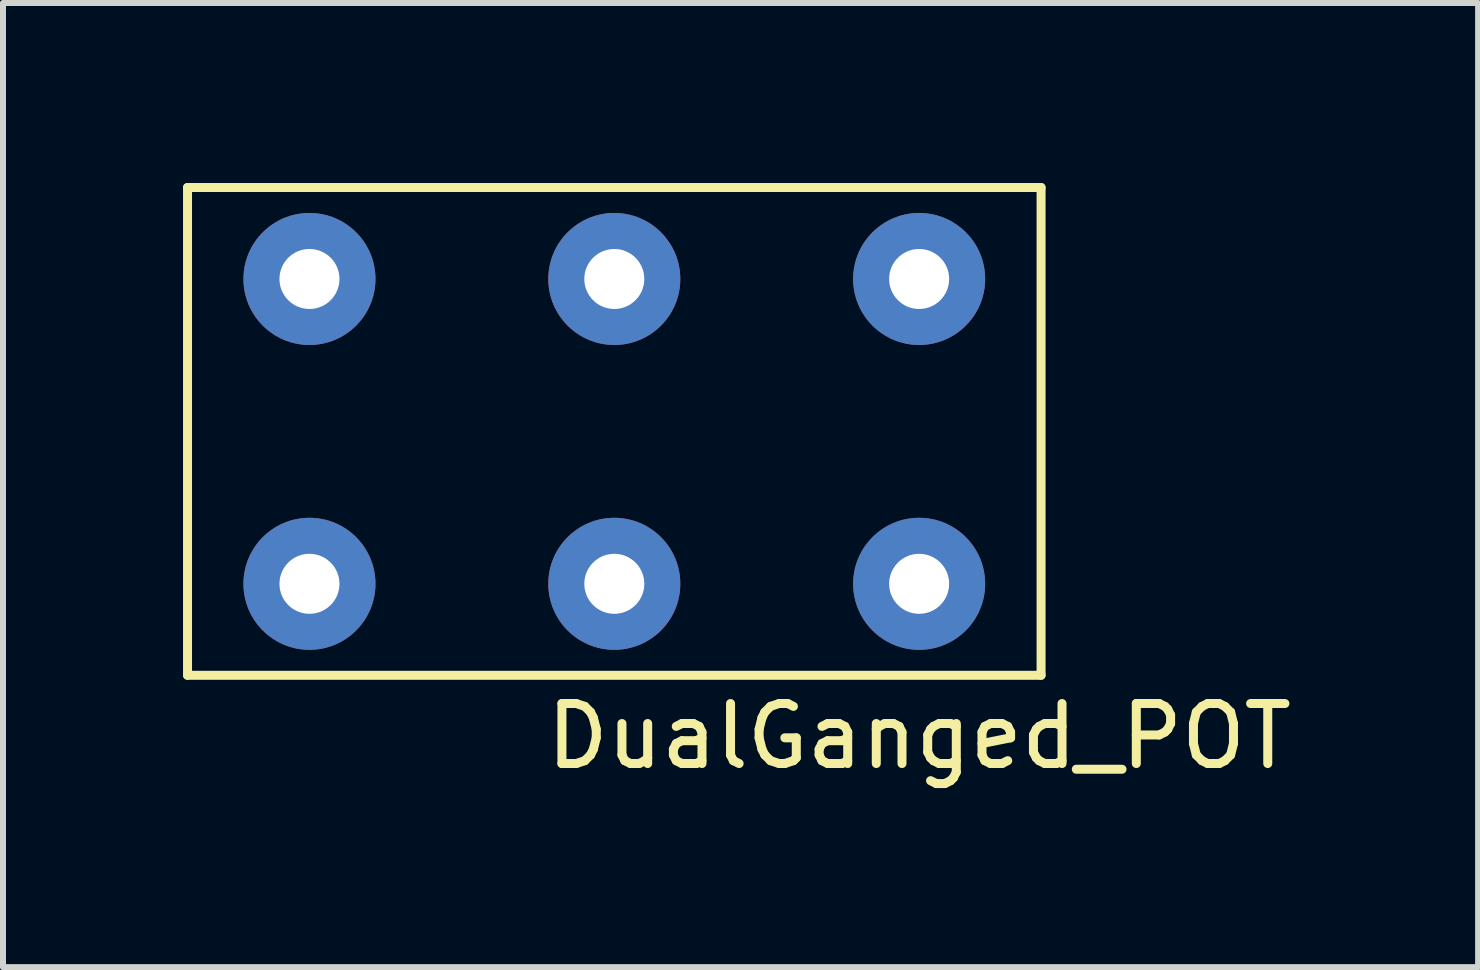
<source format=kicad_pcb>
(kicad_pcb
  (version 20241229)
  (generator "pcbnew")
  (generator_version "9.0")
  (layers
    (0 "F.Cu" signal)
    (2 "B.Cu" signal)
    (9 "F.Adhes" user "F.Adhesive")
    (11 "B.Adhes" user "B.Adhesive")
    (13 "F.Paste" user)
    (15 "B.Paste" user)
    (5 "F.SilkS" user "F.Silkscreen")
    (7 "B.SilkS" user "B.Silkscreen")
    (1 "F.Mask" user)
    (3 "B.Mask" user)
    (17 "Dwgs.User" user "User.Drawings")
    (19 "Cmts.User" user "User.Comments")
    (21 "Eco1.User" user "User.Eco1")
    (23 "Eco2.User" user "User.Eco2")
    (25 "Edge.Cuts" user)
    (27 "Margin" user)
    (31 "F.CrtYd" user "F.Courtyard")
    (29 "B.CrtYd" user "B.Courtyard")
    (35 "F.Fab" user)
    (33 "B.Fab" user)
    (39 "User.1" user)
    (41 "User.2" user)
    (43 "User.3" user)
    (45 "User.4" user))
  (footprint "DualGanged_POT"
    (layer "F.Cu")
    (at 2.107 1.599)
    (property "Reference" "DualGanged_POT" (at 10.16 7.62 0) (layer "F.SilkS") (effects (font (size 1 1) (thickness 0.15))))
    (attr through_hole)
    (fp_line (start -2.032 -1.524) (end 12.192 -1.524) (stroke (width 0.15) (type solid)) (layer "F.SilkS"))
    (fp_line (start -2.032 6.604) (end -2.032 -1.524) (stroke (width 0.15) (type solid)) (layer "F.SilkS"))
    (fp_line (start 12.192 -1.524) (end 12.192 6.604) (stroke (width 0.15) (type solid)) (layer "F.SilkS"))
    (fp_line (start 12.192 6.604) (end -2.032 6.604) (stroke (width 0.15) (type solid)) (layer "F.SilkS"))
    (pad "1" thru_hole circle (at 0 0) (size 2.2 2.2) (drill 1) (layers "*.Cu" "*.Mask"))
    (pad "2" thru_hole circle (at 5.08 0) (size 2.2 2.2) (drill 1) (layers "*.Cu" "*.Mask"))
    (pad "3" thru_hole circle (at 10.16 0) (size 2.2 2.2) (drill 1) (layers "*.Cu" "*.Mask"))
    (pad "4" thru_hole circle (at 0 5.08) (size 2.2 2.2) (drill 1) (layers "*.Cu" "*.Mask"))
    (pad "5" thru_hole circle (at 5.08 5.08) (size 2.2 2.2) (drill 1) (layers "*.Cu" "*.Mask"))
    (pad "6" thru_hole circle (at 10.16 5.08) (size 2.2 2.2) (drill 1) (layers "*.Cu" "*.Mask")))
  (gr_rect
    (start -3 -3)
    (end 21.582 13.067)
    (stroke (width 0.1) (type default))
    (fill no)
    (layer "Edge.Cuts")))
</source>
